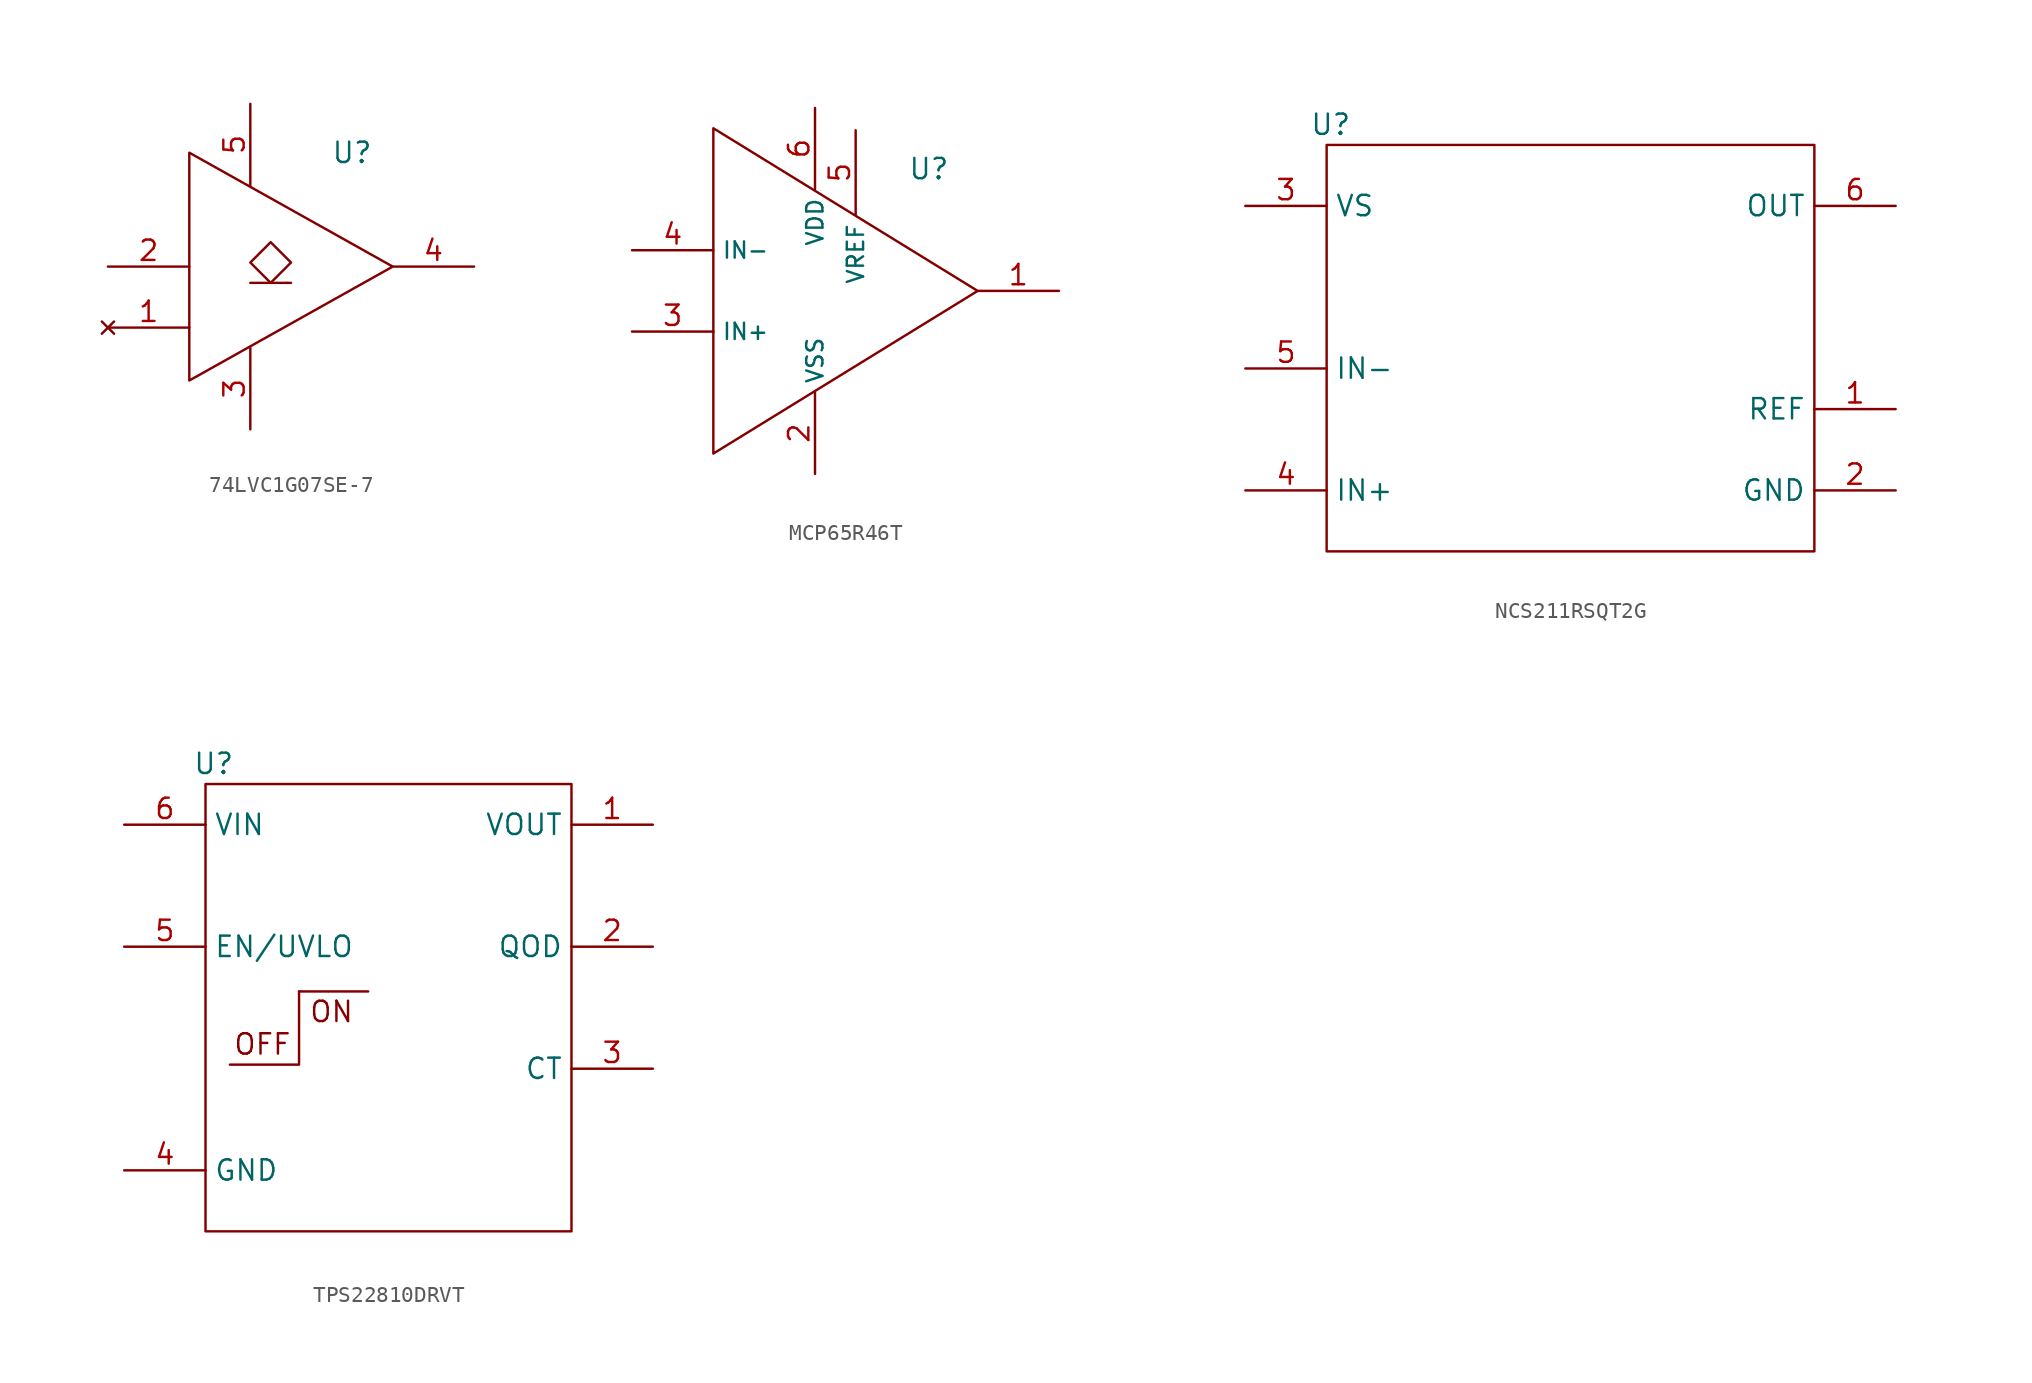
<source format=kicad_sym>
(kicad_symbol_lib
  (version 20241209)
  (generator "kicad_symbol_editor")
  (generator_version "9.0")
  (symbol "74LVC1G07SE-7"
    (property "Reference" "U"
      (at 3.81 7.112 0)
      (effects (font (size 1.27 1.27))))
    (property "Value" ""
      (at 0 0 0)
      (effects (font (size 1.27 1.27))))
    (symbol "74LVC1G07SE-7_0_1"
      (polyline (pts (xy -6.35 7.112) (xy 6.35 0) (xy -6.35 -7.112) (xy -6.35 7.112)) (stroke (width 0) (type default)) (fill (type none)))
      (polyline (pts (xy -2.54 -1.016) (xy -0.254 -1.016)) (stroke (width 0) (type default)) (fill (type none)))
      (polyline (pts (xy -1.27 -1.016) (xy -2.54 0.254) (xy -1.27 1.524) (xy 0 0.254) (xy -1.27 -1.016)) (stroke (width 0) (type default)) (fill (type none)))
      (polyline (pts (xy -0.254 -1.016) (xy 0 -1.016)) (stroke (width 0) (type default)) (fill (type none))))
    (symbol "74LVC1G07SE-7_1_1"
      (pin input line (at -11.43 0 0) (length 5.08) (name "" (effects (font (size 1.016 1.016)))) (number "2" (effects (font (size 1.27 1.27)))))
      (pin no_connect line (at -11.43 -3.81 0) (length 5.08) (name "" (effects (font (size 1.016 1.016)))) (number "1" (effects (font (size 1.27 1.27)))))
      (pin power_in line (at -2.54 10.16 270) (length 5.08) (name "" (effects (font (size 1.016 1.016)))) (number "5" (effects (font (size 1.27 1.27)))))
      (pin passive line (at -2.54 -10.16 90) (length 5.08) (name "" (effects (font (size 1.016 1.016)))) (number "3" (effects (font (size 1.27 1.27)))))
      (pin open_collector line (at 11.43 0 180) (length 5.08) (name "" (effects (font (size 1.016 1.016)))) (number "4" (effects (font (size 1.27 1.27)))))))
  (symbol "MCP65R46T"
    (property "Reference" "U"
      (at 8.382 7.62 0)
      (effects (font (size 1.27 1.27))))
    (property "Value" ""
      (at 0 0 0)
      (effects (font (size 1.27 1.27))))
    (symbol "MCP65R46T_0_1"
      (polyline (pts (xy -5.08 10.16) (xy 11.43 0) (xy -5.08 -10.16) (xy -5.08 10.16)) (stroke (width 0) (type default)) (fill (type none))))
    (symbol "MCP65R46T_1_1"
      (polyline (pts (xy -5.08 -2.54) (xy -5.08 -2.54)) (stroke (width 0) (type default)) (fill (type none)))
      (pin input line (at -10.16 2.54 0) (length 5.08) (name "IN-" (effects (font (size 1.016 1.016)))) (number "4" (effects (font (size 1.27 1.27)))))
      (pin input line (at -10.16 -2.54 0) (length 5.08) (name "IN+" (effects (font (size 1.016 1.016)))) (number "3" (effects (font (size 1.27 1.27)))))
      (pin power_in line (at 1.27 11.43 270) (length 5.08) (name "VDD" (effects (font (size 1.016 1.016)))) (number "6" (effects (font (size 1.27 1.27)))))
      (pin power_out line (at 1.27 -11.43 90) (length 5.08) (name "VSS" (effects (font (size 1.016 1.016)))) (number "2" (effects (font (size 1.27 1.27)))))
      (pin input line (at 3.81 10.033 270) (length 5.283) (name "VREF" (effects (font (size 1.016 1.016)))) (number "5" (effects (font (size 1.27 1.27)))))
      (pin output line (at 16.51 0 180) (length 5.08) (name "" (effects (font (size 0.762 0.762)))) (number "1" (effects (font (size 1.27 1.27)))))))
  (symbol "NCS211RSQT2G"
    (property "Reference" "U"
      (at -14.986 13.97 0)
      (effects (font (size 1.27 1.27))))
    (property "Value" ""
      (at 0 0 0)
      (effects (font (size 1.27 1.27))))
    (symbol "NCS211RSQT2G_0_1"
      (rectangle (start -15.24 12.7) (end 15.24 -12.7) (stroke (width 0) (type default)) (fill (type none))))
    (symbol "NCS211RSQT2G_1_1"
      (pin input line (at -20.32 8.89 0) (length 5.08) (name "VS" (effects (font (size 1.27 1.27)))) (number "3" (effects (font (size 1.27 1.27)))))
      (pin input line (at -20.32 -1.27 0) (length 5.08) (name "IN-" (effects (font (size 1.27 1.27)))) (number "5" (effects (font (size 1.27 1.27)))))
      (pin input line (at -20.32 -8.89 0) (length 5.08) (name "IN+" (effects (font (size 1.27 1.27)))) (number "4" (effects (font (size 1.27 1.27)))))
      (pin output line (at 20.32 8.89 180) (length 5.08) (name "OUT" (effects (font (size 1.27 1.27)))) (number "6" (effects (font (size 1.27 1.27)))))
      (pin input line (at 20.32 -3.81 180) (length 5.08) (name "REF" (effects (font (size 1.27 1.27)))) (number "1" (effects (font (size 1.27 1.27)))))
      (pin power_out line (at 20.32 -8.89 180) (length 5.08) (name "GND" (effects (font (size 1.27 1.27)))) (number "2" (effects (font (size 1.27 1.27)))))))
  (symbol "TPS22810DRVT"
    (property "Reference" "U"
      (at -10.922 15.24 0)
      (effects (font (size 1.27 1.27))))
    (property "Value" ""
      (at 0 0 0)
      (effects (font (size 1.27 1.27))))
    (symbol "TPS22810DRVT_0_1"
      (rectangle (start -11.43 13.97) (end 11.43 -13.97) (stroke (width 0) (type default)) (fill (type none)))
      (polyline (pts (xy -9.906 -3.556) (xy -5.588 -3.556) (xy -5.588 1.016)) (stroke (width 0) (type default)) (fill (type none)))
      (polyline (pts (xy -5.588 1.016) (xy -1.27 1.016)) (stroke (width 0) (type default)) (fill (type none))))
    (symbol "TPS22810DRVT_1_1"
      (text "OFF" (at -7.874 -2.286 0) (effects (font (size 1.27 1.27))))
      (text "ON" (at -3.556 -0.254 0) (effects (font (size 1.27 1.27))))
      (pin power_in line (at -16.51 11.43 0) (length 5.08) (name "VIN" (effects (font (size 1.27 1.27)))) (number "6" (effects (font (size 1.27 1.27)))))
      (pin input line (at -16.51 3.81 0) (length 5.08) (name "EN/UVLO" (effects (font (size 1.27 1.27)))) (number "5" (effects (font (size 1.27 1.27)))))
      (pin passive line (at -16.51 -10.16 0) (length 5.08) (name "GND" (effects (font (size 1.27 1.27)))) (number "4" (effects (font (size 1.27 1.27)))))
      (pin power_out line (at 16.51 11.43 180) (length 5.08) (name "VOUT" (effects (font (size 1.27 1.27)))) (number "1" (effects (font (size 1.27 1.27)))))
      (pin output line (at 16.51 3.81 180) (length 5.08) (name "QOD" (effects (font (size 1.27 1.27)))) (number "2" (effects (font (size 1.27 1.27)))))
      (pin input line (at 16.51 -3.81 180) (length 5.08) (name "CT" (effects (font (size 1.27 1.27)))) (number "3" (effects (font (size 1.27 1.27))))))))
</source>
